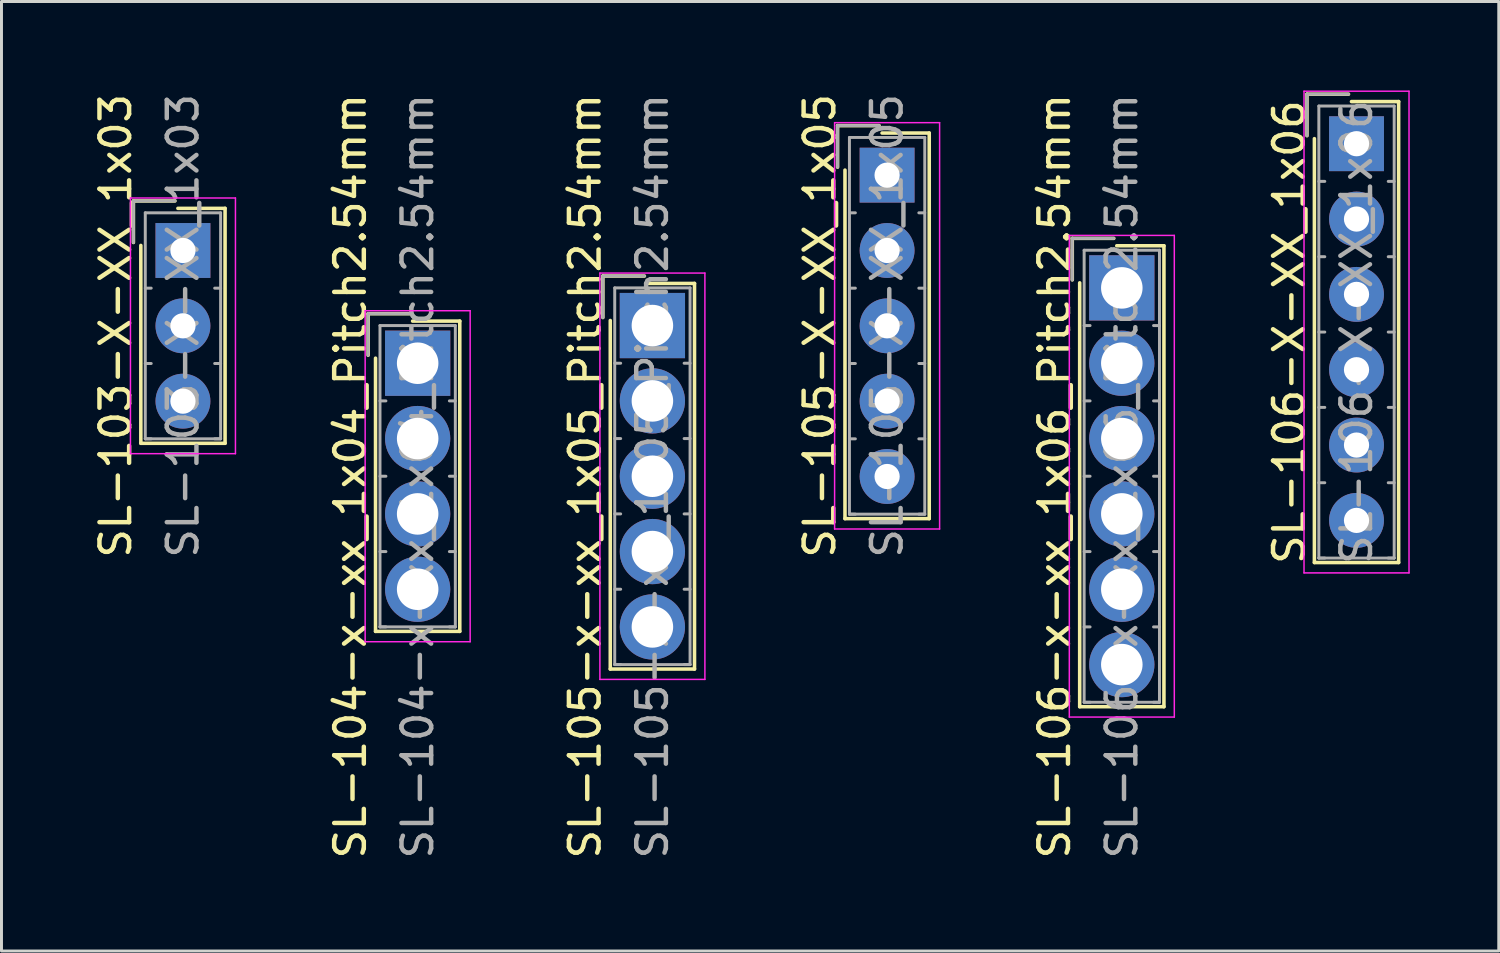
<source format=kicad_pcb>
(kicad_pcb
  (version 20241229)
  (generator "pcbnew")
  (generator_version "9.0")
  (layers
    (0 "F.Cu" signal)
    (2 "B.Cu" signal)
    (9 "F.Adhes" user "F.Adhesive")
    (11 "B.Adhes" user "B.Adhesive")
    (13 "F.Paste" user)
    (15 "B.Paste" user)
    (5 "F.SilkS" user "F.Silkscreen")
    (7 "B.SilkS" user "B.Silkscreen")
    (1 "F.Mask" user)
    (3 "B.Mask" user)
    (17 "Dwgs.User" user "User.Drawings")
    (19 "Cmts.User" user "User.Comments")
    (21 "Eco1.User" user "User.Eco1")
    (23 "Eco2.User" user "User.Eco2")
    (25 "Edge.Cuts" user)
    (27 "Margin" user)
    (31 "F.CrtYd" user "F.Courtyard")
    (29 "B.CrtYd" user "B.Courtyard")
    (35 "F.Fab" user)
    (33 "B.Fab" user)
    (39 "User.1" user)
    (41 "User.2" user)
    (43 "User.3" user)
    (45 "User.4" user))
  (footprint "SL-106-x-xx_1x06_Pitch2.54mm"
    (layer "F.Cu")
    (at 34.771 6.656)
    (property "Reference" "SL-106-x-xx_1x06_Pitch2.54mm" (at -2.27 6.35 90) (layer "F.SilkS") (effects (font (size 1 1) (thickness 0.15))))
    (attr through_hole)
    (fp_line (start -1.67 -1.67) (end -1.67 -0.27) (stroke (width 0.12) (type solid)) (layer "F.SilkS"))
    (fp_line (start -1.42 14.12) (end -1.42 -0.17) (stroke (width 0.12) (type solid)) (layer "F.SilkS"))
    (fp_line (start -0.27 -1.67) (end -1.67 -1.67) (stroke (width 0.12) (type solid)) (layer "F.SilkS"))
    (fp_line (start -0.17 -1.42) (end 1.42 -1.42) (stroke (width 0.12) (type solid)) (layer "F.SilkS"))
    (fp_line (start 1.42 -1.42) (end 1.42 14.12) (stroke (width 0.12) (type solid)) (layer "F.SilkS"))
    (fp_line (start 1.42 14.12) (end -1.42 14.12) (stroke (width 0.12) (type solid)) (layer "F.SilkS"))
    (fp_line (start -1.77 -1.77) (end -1.77 14.47) (stroke (width 0.05) (type solid)) (layer "F.CrtYd"))
    (fp_line (start -1.77 14.47) (end 1.77 14.47) (stroke (width 0.05) (type solid)) (layer "F.CrtYd"))
    (fp_line (start 1.77 -1.77) (end -1.77 -1.77) (stroke (width 0.05) (type solid)) (layer "F.CrtYd"))
    (fp_line (start 1.77 14.47) (end 1.77 -1.77) (stroke (width 0.05) (type solid)) (layer "F.CrtYd"))
    (fp_line (start -1.67 -1.67) (end -1.67 -0.27) (stroke (width 0.1) (type solid)) (layer "F.Fab"))
    (fp_line (start -1.27 -1.27) (end -1.27 13.97) (stroke (width 0.1) (type solid)) (layer "F.Fab"))
    (fp_line (start -1.27 1.27) (end -1.07 1.27) (stroke (width 0.1) (type solid)) (layer "F.Fab"))
    (fp_line (start -1.27 3.81) (end -1.07 3.81) (stroke (width 0.1) (type solid)) (layer "F.Fab"))
    (fp_line (start -1.27 6.35) (end -1.07 6.35) (stroke (width 0.1) (type solid)) (layer "F.Fab"))
    (fp_line (start -1.27 8.89) (end -1.07 8.89) (stroke (width 0.1) (type solid)) (layer "F.Fab"))
    (fp_line (start -1.27 11.43) (end -1.07 11.43) (stroke (width 0.1) (type solid)) (layer "F.Fab"))
    (fp_line (start -1.27 13.97) (end -1.07 13.97) (stroke (width 0.1) (type solid)) (layer "F.Fab"))
    (fp_line (start -1.27 13.97) (end 1.27 13.97) (stroke (width 0.1) (type solid)) (layer "F.Fab"))
    (fp_line (start -0.27 -1.67) (end -1.67 -1.67) (stroke (width 0.1) (type solid)) (layer "F.Fab"))
    (fp_line (start 1.27 -1.27) (end -1.27 -1.27) (stroke (width 0.1) (type solid)) (layer "F.Fab"))
    (fp_line (start 1.27 1.27) (end 1.07 1.27) (stroke (width 0.1) (type solid)) (layer "F.Fab"))
    (fp_line (start 1.27 3.81) (end 1.07 3.81) (stroke (width 0.1) (type solid)) (layer "F.Fab"))
    (fp_line (start 1.27 6.35) (end 1.07 6.35) (stroke (width 0.1) (type solid)) (layer "F.Fab"))
    (fp_line (start 1.27 8.89) (end 1.07 8.89) (stroke (width 0.1) (type solid)) (layer "F.Fab"))
    (fp_line (start 1.27 11.43) (end 1.07 11.43) (stroke (width 0.1) (type solid)) (layer "F.Fab"))
    (fp_line (start 1.27 13.97) (end 1.07 13.97) (stroke (width 0.1) (type solid)) (layer "F.Fab"))
    (fp_line (start 1.27 13.97) (end 1.27 -1.27) (stroke (width 0.1) (type solid)) (layer "F.Fab"))
    (fp_text user "${REFERENCE}" (at 0 6.35 90) (layer "F.Fab") (effects (font (size 1 1) (thickness 0.15))))
    (pad "1" thru_hole rect (at 0 0) (size 2.2 2.2) (drill 1.4) (layers "*.Cu" "*.Mask"))
    (pad "2" thru_hole circle (at 0 2.54) (size 2.2 2.2) (drill 1.4) (layers "*.Cu" "*.Mask"))
    (pad "3" thru_hole circle (at 0 5.08) (size 2.2 2.2) (drill 1.4) (layers "*.Cu" "*.Mask"))
    (pad "4" thru_hole circle (at 0 7.62) (size 2.2 2.2) (drill 1.4) (layers "*.Cu" "*.Mask"))
    (pad "5" thru_hole circle (at 0 10.16) (size 2.2 2.2) (drill 1.4) (layers "*.Cu" "*.Mask"))
    (pad "6" thru_hole circle (at 0 12.7) (size 2.2 2.2) (drill 1.4) (layers "*.Cu" "*.Mask")))
  (footprint "SL-105-x-xx_1x05_Pitch2.54mm"
    (layer "F.Cu")
    (at 18.945 7.926)
    (property "Reference" "SL-105-x-xx_1x05_Pitch2.54mm" (at -2.27 5.08 90) (layer "F.SilkS") (effects (font (size 1 1) (thickness 0.15))))
    (attr through_hole)
    (fp_line (start -1.67 -1.67) (end -1.67 -0.27) (stroke (width 0.12) (type solid)) (layer "F.SilkS"))
    (fp_line (start -1.42 11.58) (end -1.42 -0.17) (stroke (width 0.12) (type solid)) (layer "F.SilkS"))
    (fp_line (start -0.27 -1.67) (end -1.67 -1.67) (stroke (width 0.12) (type solid)) (layer "F.SilkS"))
    (fp_line (start -0.17 -1.42) (end 1.42 -1.42) (stroke (width 0.12) (type solid)) (layer "F.SilkS"))
    (fp_line (start 1.42 -1.42) (end 1.42 11.58) (stroke (width 0.12) (type solid)) (layer "F.SilkS"))
    (fp_line (start 1.42 11.58) (end -1.42 11.58) (stroke (width 0.12) (type solid)) (layer "F.SilkS"))
    (fp_line (start -1.77 -1.77) (end -1.77 11.93) (stroke (width 0.05) (type solid)) (layer "F.CrtYd"))
    (fp_line (start -1.77 11.93) (end 1.77 11.93) (stroke (width 0.05) (type solid)) (layer "F.CrtYd"))
    (fp_line (start 1.77 -1.77) (end -1.77 -1.77) (stroke (width 0.05) (type solid)) (layer "F.CrtYd"))
    (fp_line (start 1.77 11.93) (end 1.77 -1.77) (stroke (width 0.05) (type solid)) (layer "F.CrtYd"))
    (fp_line (start -1.67 -1.67) (end -1.67 -0.27) (stroke (width 0.1) (type solid)) (layer "F.Fab"))
    (fp_line (start -1.27 -1.27) (end -1.27 11.43) (stroke (width 0.1) (type solid)) (layer "F.Fab"))
    (fp_line (start -1.27 1.27) (end -1.07 1.27) (stroke (width 0.1) (type solid)) (layer "F.Fab"))
    (fp_line (start -1.27 3.81) (end -1.07 3.81) (stroke (width 0.1) (type solid)) (layer "F.Fab"))
    (fp_line (start -1.27 6.35) (end -1.07 6.35) (stroke (width 0.1) (type solid)) (layer "F.Fab"))
    (fp_line (start -1.27 8.89) (end -1.07 8.89) (stroke (width 0.1) (type solid)) (layer "F.Fab"))
    (fp_line (start -1.27 11.43) (end -1.07 11.43) (stroke (width 0.1) (type solid)) (layer "F.Fab"))
    (fp_line (start -1.27 11.43) (end 1.27 11.43) (stroke (width 0.1) (type solid)) (layer "F.Fab"))
    (fp_line (start -0.27 -1.67) (end -1.67 -1.67) (stroke (width 0.1) (type solid)) (layer "F.Fab"))
    (fp_line (start 1.27 -1.27) (end -1.27 -1.27) (stroke (width 0.1) (type solid)) (layer "F.Fab"))
    (fp_line (start 1.27 1.27) (end 1.07 1.27) (stroke (width 0.1) (type solid)) (layer "F.Fab"))
    (fp_line (start 1.27 3.81) (end 1.07 3.81) (stroke (width 0.1) (type solid)) (layer "F.Fab"))
    (fp_line (start 1.27 6.35) (end 1.07 6.35) (stroke (width 0.1) (type solid)) (layer "F.Fab"))
    (fp_line (start 1.27 8.89) (end 1.07 8.89) (stroke (width 0.1) (type solid)) (layer "F.Fab"))
    (fp_line (start 1.27 11.43) (end 1.07 11.43) (stroke (width 0.1) (type solid)) (layer "F.Fab"))
    (fp_line (start 1.27 11.43) (end 1.27 -1.27) (stroke (width 0.1) (type solid)) (layer "F.Fab"))
    (fp_text user "${REFERENCE}" (at 0 5.08 90) (layer "F.Fab") (effects (font (size 1 1) (thickness 0.15))))
    (pad "1" thru_hole rect (at 0 0) (size 2.2 2.2) (drill 1.4) (layers "*.Cu" "*.Mask"))
    (pad "2" thru_hole circle (at 0 2.54) (size 2.2 2.2) (drill 1.4) (layers "*.Cu" "*.Mask"))
    (pad "3" thru_hole circle (at 0 5.08) (size 2.2 2.2) (drill 1.4) (layers "*.Cu" "*.Mask"))
    (pad "4" thru_hole circle (at 0 7.62) (size 2.2 2.2) (drill 1.4) (layers "*.Cu" "*.Mask"))
    (pad "5" thru_hole circle (at 0 10.16) (size 2.2 2.2) (drill 1.4) (layers "*.Cu" "*.Mask")))
  (footprint "SL-103-X-XX_1x03"
    (layer "F.Cu")
    (at 3.118 5.395)
    (property "Reference" "SL-103-X-XX_1x03" (at -2.27 2.54 90) (layer "F.SilkS") (effects (font (size 1 1) (thickness 0.15))))
    (attr through_hole)
    (fp_line (start -1.67 -1.67) (end -1.67 -0.27) (stroke (width 0.12) (type solid)) (layer "F.SilkS"))
    (fp_line (start -1.42 6.5) (end -1.42 -0.17) (stroke (width 0.12) (type solid)) (layer "F.SilkS"))
    (fp_line (start -0.27 -1.67) (end -1.67 -1.67) (stroke (width 0.12) (type solid)) (layer "F.SilkS"))
    (fp_line (start -0.17 -1.42) (end 1.42 -1.42) (stroke (width 0.12) (type solid)) (layer "F.SilkS"))
    (fp_line (start 1.42 -1.42) (end 1.42 6.5) (stroke (width 0.12) (type solid)) (layer "F.SilkS"))
    (fp_line (start 1.42 6.5) (end -1.42 6.5) (stroke (width 0.12) (type solid)) (layer "F.SilkS"))
    (fp_line (start -1.77 -1.77) (end -1.77 6.85) (stroke (width 0.05) (type solid)) (layer "F.CrtYd"))
    (fp_line (start -1.77 6.85) (end 1.77 6.85) (stroke (width 0.05) (type solid)) (layer "F.CrtYd"))
    (fp_line (start 1.77 -1.77) (end -1.77 -1.77) (stroke (width 0.05) (type solid)) (layer "F.CrtYd"))
    (fp_line (start 1.77 6.85) (end 1.77 -1.77) (stroke (width 0.05) (type solid)) (layer "F.CrtYd"))
    (fp_line (start -1.67 -1.67) (end -1.67 -0.27) (stroke (width 0.1) (type solid)) (layer "F.Fab"))
    (fp_line (start -1.27 -1.27) (end -1.27 6.35) (stroke (width 0.1) (type solid)) (layer "F.Fab"))
    (fp_line (start -1.27 1.27) (end -1.07 1.27) (stroke (width 0.1) (type solid)) (layer "F.Fab"))
    (fp_line (start -1.27 3.81) (end -1.07 3.81) (stroke (width 0.1) (type solid)) (layer "F.Fab"))
    (fp_line (start -1.27 6.35) (end -1.07 6.35) (stroke (width 0.1) (type solid)) (layer "F.Fab"))
    (fp_line (start -1.27 6.35) (end 1.27 6.35) (stroke (width 0.1) (type solid)) (layer "F.Fab"))
    (fp_line (start -0.27 -1.67) (end -1.67 -1.67) (stroke (width 0.1) (type solid)) (layer "F.Fab"))
    (fp_line (start 1.27 -1.27) (end -1.27 -1.27) (stroke (width 0.1) (type solid)) (layer "F.Fab"))
    (fp_line (start 1.27 1.27) (end 1.07 1.27) (stroke (width 0.1) (type solid)) (layer "F.Fab"))
    (fp_line (start 1.27 3.81) (end 1.07 3.81) (stroke (width 0.1) (type solid)) (layer "F.Fab"))
    (fp_line (start 1.27 6.35) (end 1.07 6.35) (stroke (width 0.1) (type solid)) (layer "F.Fab"))
    (fp_line (start 1.27 6.35) (end 1.27 -1.27) (stroke (width 0.1) (type solid)) (layer "F.Fab"))
    (fp_text user "${REFERENCE}" (at 0 2.54 90) (layer "F.Fab") (effects (font (size 1 1) (thickness 0.15))))
    (pad "1" thru_hole rect (at 0 0) (size 1.85 1.85) (drill 0.85) (layers "*.Cu" "*.Mask"))
    (pad "2" thru_hole circle (at 0 2.54) (size 1.85 1.85) (drill 0.85) (layers "*.Cu" "*.Mask"))
    (pad "3" thru_hole circle (at 0 5.08) (size 1.85 1.85) (drill 0.85) (layers "*.Cu" "*.Mask")))
  (footprint "SL-104-x-xx_1x04_Pitch2.54mm"
    (layer "F.Cu")
    (at 11.031 9.196)
    (property "Reference" "SL-104-x-xx_1x04_Pitch2.54mm" (at -2.27 3.81 90) (layer "F.SilkS") (effects (font (size 1 1) (thickness 0.15))))
    (attr through_hole)
    (fp_line (start -1.67 -1.67) (end -1.67 -0.27) (stroke (width 0.12) (type solid)) (layer "F.SilkS"))
    (fp_line (start -1.42 9.04) (end -1.42 -0.17) (stroke (width 0.12) (type solid)) (layer "F.SilkS"))
    (fp_line (start -0.27 -1.67) (end -1.67 -1.67) (stroke (width 0.12) (type solid)) (layer "F.SilkS"))
    (fp_line (start -0.17 -1.42) (end 1.42 -1.42) (stroke (width 0.12) (type solid)) (layer "F.SilkS"))
    (fp_line (start 1.42 -1.42) (end 1.42 9.04) (stroke (width 0.12) (type solid)) (layer "F.SilkS"))
    (fp_line (start 1.42 9.04) (end -1.42 9.04) (stroke (width 0.12) (type solid)) (layer "F.SilkS"))
    (fp_line (start -1.77 -1.77) (end -1.77 9.39) (stroke (width 0.05) (type solid)) (layer "F.CrtYd"))
    (fp_line (start -1.77 9.39) (end 1.77 9.39) (stroke (width 0.05) (type solid)) (layer "F.CrtYd"))
    (fp_line (start 1.77 -1.77) (end -1.77 -1.77) (stroke (width 0.05) (type solid)) (layer "F.CrtYd"))
    (fp_line (start 1.77 9.39) (end 1.77 -1.77) (stroke (width 0.05) (type solid)) (layer "F.CrtYd"))
    (fp_line (start -1.67 -1.67) (end -1.67 -0.27) (stroke (width 0.1) (type solid)) (layer "F.Fab"))
    (fp_line (start -1.27 -1.27) (end -1.27 8.89) (stroke (width 0.1) (type solid)) (layer "F.Fab"))
    (fp_line (start -1.27 1.27) (end -1.07 1.27) (stroke (width 0.1) (type solid)) (layer "F.Fab"))
    (fp_line (start -1.27 3.81) (end -1.07 3.81) (stroke (width 0.1) (type solid)) (layer "F.Fab"))
    (fp_line (start -1.27 6.35) (end -1.07 6.35) (stroke (width 0.1) (type solid)) (layer "F.Fab"))
    (fp_line (start -1.27 8.89) (end -1.07 8.89) (stroke (width 0.1) (type solid)) (layer "F.Fab"))
    (fp_line (start -1.27 8.89) (end 1.27 8.89) (stroke (width 0.1) (type solid)) (layer "F.Fab"))
    (fp_line (start -0.27 -1.67) (end -1.67 -1.67) (stroke (width 0.1) (type solid)) (layer "F.Fab"))
    (fp_line (start 1.27 -1.27) (end -1.27 -1.27) (stroke (width 0.1) (type solid)) (layer "F.Fab"))
    (fp_line (start 1.27 1.27) (end 1.07 1.27) (stroke (width 0.1) (type solid)) (layer "F.Fab"))
    (fp_line (start 1.27 3.81) (end 1.07 3.81) (stroke (width 0.1) (type solid)) (layer "F.Fab"))
    (fp_line (start 1.27 6.35) (end 1.07 6.35) (stroke (width 0.1) (type solid)) (layer "F.Fab"))
    (fp_line (start 1.27 8.89) (end 1.07 8.89) (stroke (width 0.1) (type solid)) (layer "F.Fab"))
    (fp_line (start 1.27 8.89) (end 1.27 -1.27) (stroke (width 0.1) (type solid)) (layer "F.Fab"))
    (fp_text user "${REFERENCE}" (at 0 3.81 90) (layer "F.Fab") (effects (font (size 1 1) (thickness 0.15))))
    (pad "1" thru_hole rect (at 0 0) (size 2.2 2.2) (drill 1.4) (layers "*.Cu" "*.Mask"))
    (pad "2" thru_hole circle (at 0 2.54) (size 2.2 2.2) (drill 1.4) (layers "*.Cu" "*.Mask"))
    (pad "3" thru_hole circle (at 0 5.08) (size 2.2 2.2) (drill 1.4) (layers "*.Cu" "*.Mask"))
    (pad "4" thru_hole circle (at 0 7.62) (size 2.2 2.2) (drill 1.4) (layers "*.Cu" "*.Mask")))
  (footprint "SL-105-X-XX_1x05"
    (layer "F.Cu")
    (at 26.858 2.855)
    (property "Reference" "SL-105-X-XX_1x05" (at -2.27 5.08 90) (layer "F.SilkS") (effects (font (size 1 1) (thickness 0.15))))
    (attr through_hole)
    (fp_line (start -1.67 -1.67) (end -1.67 -0.27) (stroke (width 0.12) (type solid)) (layer "F.SilkS"))
    (fp_line (start -1.42 11.58) (end -1.42 -0.17) (stroke (width 0.12) (type solid)) (layer "F.SilkS"))
    (fp_line (start -0.27 -1.67) (end -1.67 -1.67) (stroke (width 0.12) (type solid)) (layer "F.SilkS"))
    (fp_line (start -0.17 -1.42) (end 1.42 -1.42) (stroke (width 0.12) (type solid)) (layer "F.SilkS"))
    (fp_line (start 1.42 -1.42) (end 1.42 11.58) (stroke (width 0.12) (type solid)) (layer "F.SilkS"))
    (fp_line (start 1.42 11.58) (end -1.42 11.58) (stroke (width 0.12) (type solid)) (layer "F.SilkS"))
    (fp_line (start -1.77 -1.77) (end -1.77 11.93) (stroke (width 0.05) (type solid)) (layer "F.CrtYd"))
    (fp_line (start -1.77 11.93) (end 1.77 11.93) (stroke (width 0.05) (type solid)) (layer "F.CrtYd"))
    (fp_line (start 1.77 -1.77) (end -1.77 -1.77) (stroke (width 0.05) (type solid)) (layer "F.CrtYd"))
    (fp_line (start 1.77 11.93) (end 1.77 -1.77) (stroke (width 0.05) (type solid)) (layer "F.CrtYd"))
    (fp_line (start -1.67 -1.67) (end -1.67 -0.27) (stroke (width 0.1) (type solid)) (layer "F.Fab"))
    (fp_line (start -1.27 -1.27) (end -1.27 11.43) (stroke (width 0.1) (type solid)) (layer "F.Fab"))
    (fp_line (start -1.27 1.27) (end -1.07 1.27) (stroke (width 0.1) (type solid)) (layer "F.Fab"))
    (fp_line (start -1.27 3.81) (end -1.07 3.81) (stroke (width 0.1) (type solid)) (layer "F.Fab"))
    (fp_line (start -1.27 6.35) (end -1.07 6.35) (stroke (width 0.1) (type solid)) (layer "F.Fab"))
    (fp_line (start -1.27 8.89) (end -1.07 8.89) (stroke (width 0.1) (type solid)) (layer "F.Fab"))
    (fp_line (start -1.27 11.43) (end -1.07 11.43) (stroke (width 0.1) (type solid)) (layer "F.Fab"))
    (fp_line (start -1.27 11.43) (end 1.27 11.43) (stroke (width 0.1) (type solid)) (layer "F.Fab"))
    (fp_line (start -0.27 -1.67) (end -1.67 -1.67) (stroke (width 0.1) (type solid)) (layer "F.Fab"))
    (fp_line (start 1.27 -1.27) (end -1.27 -1.27) (stroke (width 0.1) (type solid)) (layer "F.Fab"))
    (fp_line (start 1.27 1.27) (end 1.07 1.27) (stroke (width 0.1) (type solid)) (layer "F.Fab"))
    (fp_line (start 1.27 3.81) (end 1.07 3.81) (stroke (width 0.1) (type solid)) (layer "F.Fab"))
    (fp_line (start 1.27 6.35) (end 1.07 6.35) (stroke (width 0.1) (type solid)) (layer "F.Fab"))
    (fp_line (start 1.27 8.89) (end 1.07 8.89) (stroke (width 0.1) (type solid)) (layer "F.Fab"))
    (fp_line (start 1.27 11.43) (end 1.07 11.43) (stroke (width 0.1) (type solid)) (layer "F.Fab"))
    (fp_line (start 1.27 11.43) (end 1.27 -1.27) (stroke (width 0.1) (type solid)) (layer "F.Fab"))
    (fp_text user "${REFERENCE}" (at 0 5.08 90) (layer "F.Fab") (effects (font (size 1 1) (thickness 0.15))))
    (pad "1" thru_hole rect (at 0 0) (size 1.85 1.85) (drill 0.85) (layers "*.Cu" "*.Mask"))
    (pad "2" thru_hole circle (at 0 2.54) (size 1.85 1.85) (drill 0.85) (layers "*.Cu" "*.Mask"))
    (pad "3" thru_hole circle (at 0 5.08) (size 1.85 1.85) (drill 0.85) (layers "*.Cu" "*.Mask"))
    (pad "4" thru_hole circle (at 0 7.62) (size 1.85 1.85) (drill 0.85) (layers "*.Cu" "*.Mask"))
    (pad "5" thru_hole circle (at 0 10.16) (size 1.85 1.85) (drill 0.85) (layers "*.Cu" "*.Mask")))
  (footprint "SL-106-X-XX_1x06"
    (layer "F.Cu")
    (at 42.684 1.795)
    (property "Reference" "SL-106-X-XX_1x06" (at -2.27 6.35 90) (layer "F.SilkS") (effects (font (size 1 1) (thickness 0.15))))
    (attr through_hole)
    (fp_line (start -1.67 -1.67) (end -1.67 -0.27) (stroke (width 0.12) (type solid)) (layer "F.SilkS"))
    (fp_line (start -1.42 14.12) (end -1.42 -0.17) (stroke (width 0.12) (type solid)) (layer "F.SilkS"))
    (fp_line (start -0.27 -1.67) (end -1.67 -1.67) (stroke (width 0.12) (type solid)) (layer "F.SilkS"))
    (fp_line (start -0.17 -1.42) (end 1.42 -1.42) (stroke (width 0.12) (type solid)) (layer "F.SilkS"))
    (fp_line (start 1.42 -1.42) (end 1.42 14.12) (stroke (width 0.12) (type solid)) (layer "F.SilkS"))
    (fp_line (start 1.42 14.12) (end -1.42 14.12) (stroke (width 0.12) (type solid)) (layer "F.SilkS"))
    (fp_line (start -1.77 -1.77) (end -1.77 14.47) (stroke (width 0.05) (type solid)) (layer "F.CrtYd"))
    (fp_line (start -1.77 14.47) (end 1.77 14.47) (stroke (width 0.05) (type solid)) (layer "F.CrtYd"))
    (fp_line (start 1.77 -1.77) (end -1.77 -1.77) (stroke (width 0.05) (type solid)) (layer "F.CrtYd"))
    (fp_line (start 1.77 14.47) (end 1.77 -1.77) (stroke (width 0.05) (type solid)) (layer "F.CrtYd"))
    (fp_line (start -1.67 -1.67) (end -1.67 -0.27) (stroke (width 0.1) (type solid)) (layer "F.Fab"))
    (fp_line (start -1.27 -1.27) (end -1.27 13.97) (stroke (width 0.1) (type solid)) (layer "F.Fab"))
    (fp_line (start -1.27 1.27) (end -1.07 1.27) (stroke (width 0.1) (type solid)) (layer "F.Fab"))
    (fp_line (start -1.27 3.81) (end -1.07 3.81) (stroke (width 0.1) (type solid)) (layer "F.Fab"))
    (fp_line (start -1.27 6.35) (end -1.07 6.35) (stroke (width 0.1) (type solid)) (layer "F.Fab"))
    (fp_line (start -1.27 8.89) (end -1.07 8.89) (stroke (width 0.1) (type solid)) (layer "F.Fab"))
    (fp_line (start -1.27 11.43) (end -1.07 11.43) (stroke (width 0.1) (type solid)) (layer "F.Fab"))
    (fp_line (start -1.27 13.97) (end -1.07 13.97) (stroke (width 0.1) (type solid)) (layer "F.Fab"))
    (fp_line (start -1.27 13.97) (end 1.27 13.97) (stroke (width 0.1) (type solid)) (layer "F.Fab"))
    (fp_line (start -0.27 -1.67) (end -1.67 -1.67) (stroke (width 0.1) (type solid)) (layer "F.Fab"))
    (fp_line (start 1.27 -1.27) (end -1.27 -1.27) (stroke (width 0.1) (type solid)) (layer "F.Fab"))
    (fp_line (start 1.27 1.27) (end 1.07 1.27) (stroke (width 0.1) (type solid)) (layer "F.Fab"))
    (fp_line (start 1.27 3.81) (end 1.07 3.81) (stroke (width 0.1) (type solid)) (layer "F.Fab"))
    (fp_line (start 1.27 6.35) (end 1.07 6.35) (stroke (width 0.1) (type solid)) (layer "F.Fab"))
    (fp_line (start 1.27 8.89) (end 1.07 8.89) (stroke (width 0.1) (type solid)) (layer "F.Fab"))
    (fp_line (start 1.27 11.43) (end 1.07 11.43) (stroke (width 0.1) (type solid)) (layer "F.Fab"))
    (fp_line (start 1.27 13.97) (end 1.07 13.97) (stroke (width 0.1) (type solid)) (layer "F.Fab"))
    (fp_line (start 1.27 13.97) (end 1.27 -1.27) (stroke (width 0.1) (type solid)) (layer "F.Fab"))
    (fp_text user "${REFERENCE}" (at 0 6.35 90) (layer "F.Fab") (effects (font (size 1 1) (thickness 0.15))))
    (pad "1" thru_hole rect (at 0 0) (size 1.85 1.85) (drill 0.85) (layers "*.Cu" "*.Mask"))
    (pad "2" thru_hole circle (at 0 2.54) (size 1.85 1.85) (drill 0.85) (layers "*.Cu" "*.Mask"))
    (pad "3" thru_hole circle (at 0 5.08) (size 1.85 1.85) (drill 0.85) (layers "*.Cu" "*.Mask"))
    (pad "4" thru_hole circle (at 0 7.62) (size 1.85 1.85) (drill 0.85) (layers "*.Cu" "*.Mask"))
    (pad "5" thru_hole circle (at 0 10.16) (size 1.85 1.85) (drill 0.85) (layers "*.Cu" "*.Mask"))
    (pad "6" thru_hole circle (at 0 12.7) (size 1.85 1.85) (drill 0.85) (layers "*.Cu" "*.Mask")))
  (gr_rect
    (start -3 -3)
    (end 47.48 29.012)
    (stroke (width 0.1) (type default))
    (fill no)
    (layer "Edge.Cuts")))
</source>
